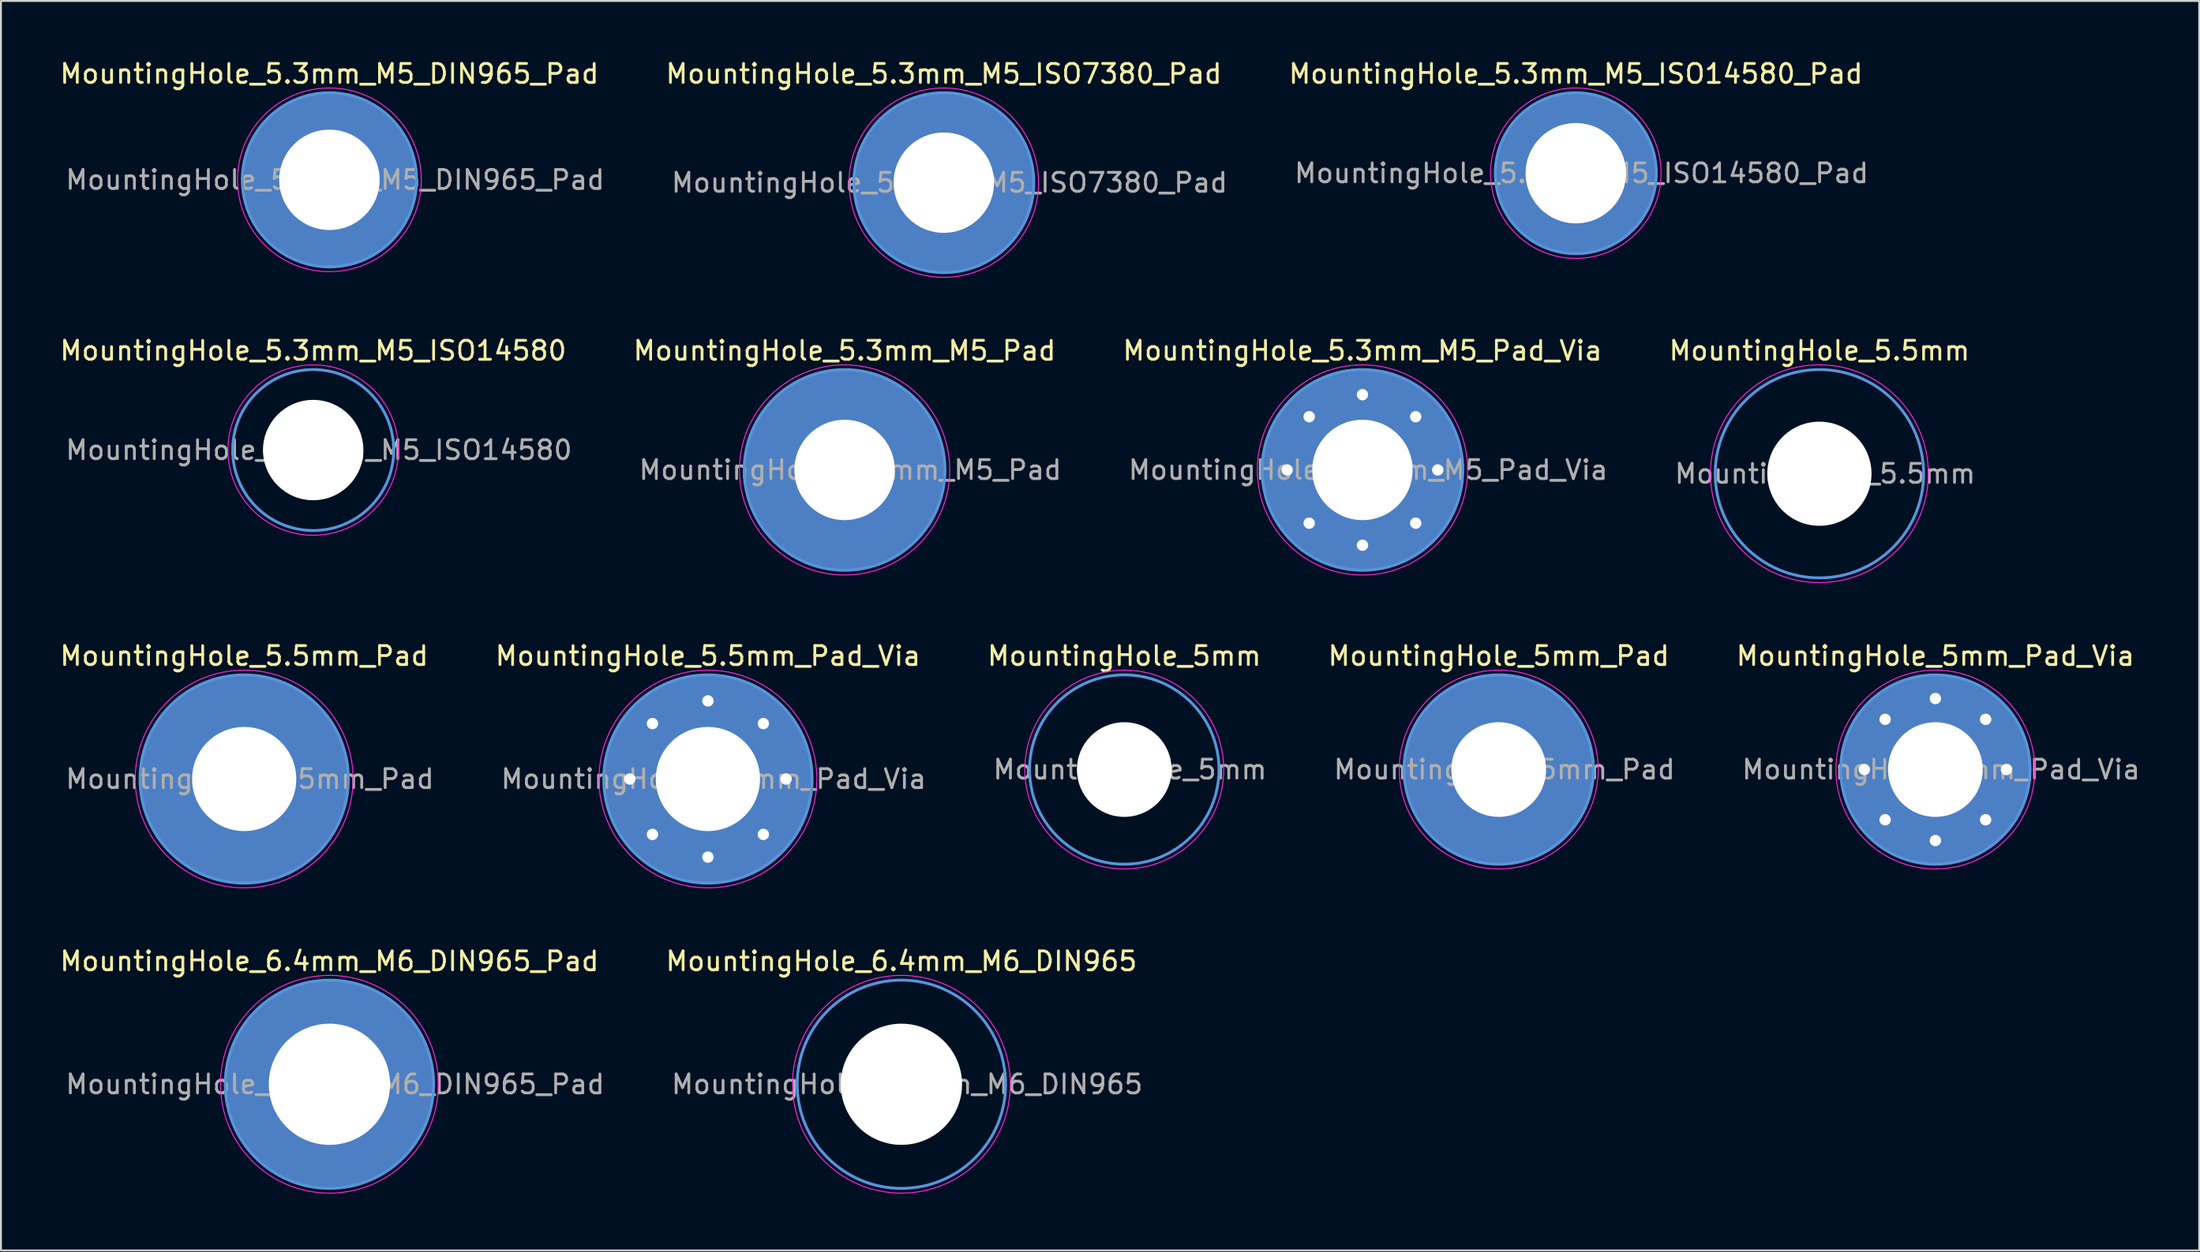
<source format=kicad_pcb>
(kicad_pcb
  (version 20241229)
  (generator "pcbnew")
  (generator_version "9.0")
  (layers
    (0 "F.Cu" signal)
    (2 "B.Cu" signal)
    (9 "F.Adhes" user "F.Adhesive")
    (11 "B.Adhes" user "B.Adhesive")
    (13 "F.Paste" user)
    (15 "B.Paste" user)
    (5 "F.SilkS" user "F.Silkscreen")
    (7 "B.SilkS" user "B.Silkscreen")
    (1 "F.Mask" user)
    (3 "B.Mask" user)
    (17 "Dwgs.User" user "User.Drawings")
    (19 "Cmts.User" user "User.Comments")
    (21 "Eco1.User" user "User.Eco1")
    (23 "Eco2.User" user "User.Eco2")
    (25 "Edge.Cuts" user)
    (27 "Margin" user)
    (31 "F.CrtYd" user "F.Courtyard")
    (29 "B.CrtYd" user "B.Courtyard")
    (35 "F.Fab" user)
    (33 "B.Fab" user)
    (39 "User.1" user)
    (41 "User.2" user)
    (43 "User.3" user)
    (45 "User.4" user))
  (footprint "MountingHole_5.5mm_Pad_Via"
    (layer "F.Cu")
    (at 34.318 38.095)
    (property "Reference" "MountingHole_5.5mm_Pad_Via" (at 0 -6.5 0) (layer "F.SilkS") (effects (font (size 1 1) (thickness 0.15))))
    (attr exclude_from_pos_files exclude_from_bom)
    (fp_circle (center 0 0) (end 5.5 0) (stroke (width 0.15) (type solid)) (fill no) (layer "Cmts.User"))
    (fp_circle (center 0 0) (end 5.75 0) (stroke (width 0.05) (type solid)) (fill no) (layer "F.CrtYd"))
    (fp_text user "${REFERENCE}" (at 0.3 0 0) (layer "F.Fab") (effects (font (size 1 1) (thickness 0.15))))
    (pad "1" thru_hole circle (at -4.125 0) (size 0.9 0.9) (drill 0.6) (layers "*.Cu" "*.Mask"))
    (pad "1" thru_hole circle (at -2.927 -2.927) (size 0.9 0.9) (drill 0.6) (layers "*.Cu" "*.Mask"))
    (pad "1" thru_hole circle (at -2.927 2.927) (size 0.9 0.9) (drill 0.6) (layers "*.Cu" "*.Mask"))
    (pad "1" thru_hole circle (at 0 -4.125) (size 0.9 0.9) (drill 0.6) (layers "*.Cu" "*.Mask"))
    (pad "1" thru_hole circle (at 0 0) (size 11 11) (drill 5.5) (layers "*.Cu" "*.Mask"))
    (pad "1" thru_hole circle (at 0 4.125) (size 0.9 0.9) (drill 0.6) (layers "*.Cu" "*.Mask"))
    (pad "1" thru_hole circle (at 2.927 -2.927) (size 0.9 0.9) (drill 0.6) (layers "*.Cu" "*.Mask"))
    (pad "1" thru_hole circle (at 2.927 2.927) (size 0.9 0.9) (drill 0.6) (layers "*.Cu" "*.Mask"))
    (pad "1" thru_hole circle (at 4.125 0) (size 0.9 0.9) (drill 0.6) (layers "*.Cu" "*.Mask")))
  (footprint "MountingHole_5.3mm_M5_ISO14580"
    (layer "F.Cu")
    (at 13.482 20.721)
    (property "Reference" "MountingHole_5.3mm_M5_ISO14580" (at 0 -5.25 0) (layer "F.SilkS") (effects (font (size 1 1) (thickness 0.15))))
    (attr exclude_from_pos_files exclude_from_bom)
    (fp_circle (center 0 0) (end 4.25 0) (stroke (width 0.15) (type solid)) (fill no) (layer "Cmts.User"))
    (fp_circle (center 0 0) (end 4.5 0) (stroke (width 0.05) (type solid)) (fill no) (layer "F.CrtYd"))
    (fp_text user "${REFERENCE}" (at 0.3 0 0) (layer "F.Fab") (effects (font (size 1 1) (thickness 0.15))))
    (pad "" np_thru_hole circle (at 0 0) (size 5.3 5.3) (drill 5.3) (layers "*.Cu" "*.Mask")))
  (footprint "MountingHole_5.3mm_M5_Pad_Via"
    (layer "F.Cu")
    (at 68.868 21.771)
    (property "Reference" "MountingHole_5.3mm_M5_Pad_Via" (at 0 -6.3 0) (layer "F.SilkS") (effects (font (size 1 1) (thickness 0.15))))
    (attr exclude_from_pos_files exclude_from_bom)
    (fp_circle (center 0 0) (end 5.3 0) (stroke (width 0.15) (type solid)) (fill no) (layer "Cmts.User"))
    (fp_circle (center 0 0) (end 5.55 0) (stroke (width 0.05) (type solid)) (fill no) (layer "F.CrtYd"))
    (fp_text user "${REFERENCE}" (at 0.3 0 0) (layer "F.Fab") (effects (font (size 1 1) (thickness 0.15))))
    (pad "1" thru_hole circle (at -3.975 0) (size 0.9 0.9) (drill 0.6) (layers "*.Cu" "*.Mask"))
    (pad "1" thru_hole circle (at -2.811 -2.811) (size 0.9 0.9) (drill 0.6) (layers "*.Cu" "*.Mask"))
    (pad "1" thru_hole circle (at -2.811 2.811) (size 0.9 0.9) (drill 0.6) (layers "*.Cu" "*.Mask"))
    (pad "1" thru_hole circle (at 0 -3.975) (size 0.9 0.9) (drill 0.6) (layers "*.Cu" "*.Mask"))
    (pad "1" thru_hole circle (at 0 0) (size 10.6 10.6) (drill 5.3) (layers "*.Cu" "*.Mask"))
    (pad "1" thru_hole circle (at 0 3.975) (size 0.9 0.9) (drill 0.6) (layers "*.Cu" "*.Mask"))
    (pad "1" thru_hole circle (at 2.811 -2.811) (size 0.9 0.9) (drill 0.6) (layers "*.Cu" "*.Mask"))
    (pad "1" thru_hole circle (at 2.811 2.811) (size 0.9 0.9) (drill 0.6) (layers "*.Cu" "*.Mask"))
    (pad "1" thru_hole circle (at 3.975 0) (size 0.9 0.9) (drill 0.6) (layers "*.Cu" "*.Mask")))
  (footprint "MountingHole_5.3mm_M5_DIN965_Pad"
    (layer "F.Cu")
    (at 14.339 6.448)
    (property "Reference" "MountingHole_5.3mm_M5_DIN965_Pad" (at 0 -5.6 0) (layer "F.SilkS") (effects (font (size 1 1) (thickness 0.15))))
    (attr exclude_from_pos_files exclude_from_bom)
    (fp_circle (center 0 0) (end 4.6 0) (stroke (width 0.15) (type solid)) (fill no) (layer "Cmts.User"))
    (fp_circle (center 0 0) (end 4.85 0) (stroke (width 0.05) (type solid)) (fill no) (layer "F.CrtYd"))
    (fp_text user "${REFERENCE}" (at 0.3 0 0) (layer "F.Fab") (effects (font (size 1 1) (thickness 0.15))))
    (pad "1" thru_hole circle (at 0 0) (size 9.2 9.2) (drill 5.3) (layers "*.Cu" "*.Mask")))
  (footprint "MountingHole_5mm_Pad_Via"
    (layer "F.Cu")
    (at 99.111 37.595)
    (property "Reference" "MountingHole_5mm_Pad_Via" (at 0 -6 0) (layer "F.SilkS") (effects (font (size 1 1) (thickness 0.15))))
    (attr exclude_from_pos_files exclude_from_bom)
    (fp_circle (center 0 0) (end 5 0) (stroke (width 0.15) (type solid)) (fill no) (layer "Cmts.User"))
    (fp_circle (center 0 0) (end 5.25 0) (stroke (width 0.05) (type solid)) (fill no) (layer "F.CrtYd"))
    (fp_text user "${REFERENCE}" (at 0.3 0 0) (layer "F.Fab") (effects (font (size 1 1) (thickness 0.15))))
    (pad "1" thru_hole circle (at -3.75 0) (size 0.9 0.9) (drill 0.6) (layers "*.Cu" "*.Mask"))
    (pad "1" thru_hole circle (at -2.652 -2.652) (size 0.9 0.9) (drill 0.6) (layers "*.Cu" "*.Mask"))
    (pad "1" thru_hole circle (at -2.652 2.652) (size 0.9 0.9) (drill 0.6) (layers "*.Cu" "*.Mask"))
    (pad "1" thru_hole circle (at 0 -3.75) (size 0.9 0.9) (drill 0.6) (layers "*.Cu" "*.Mask"))
    (pad "1" thru_hole circle (at 0 0) (size 10 10) (drill 5) (layers "*.Cu" "*.Mask"))
    (pad "1" thru_hole circle (at 0 3.75) (size 0.9 0.9) (drill 0.6) (layers "*.Cu" "*.Mask"))
    (pad "1" thru_hole circle (at 2.652 -2.652) (size 0.9 0.9) (drill 0.6) (layers "*.Cu" "*.Mask"))
    (pad "1" thru_hole circle (at 2.652 2.652) (size 0.9 0.9) (drill 0.6) (layers "*.Cu" "*.Mask"))
    (pad "1" thru_hole circle (at 3.75 0) (size 0.9 0.9) (drill 0.6) (layers "*.Cu" "*.Mask")))
  (footprint "MountingHole_5mm_Pad"
    (layer "F.Cu")
    (at 76.061 37.595)
    (property "Reference" "MountingHole_5mm_Pad" (at 0 -6 0) (layer "F.SilkS") (effects (font (size 1 1) (thickness 0.15))))
    (attr exclude_from_pos_files exclude_from_bom)
    (fp_circle (center 0 0) (end 5 0) (stroke (width 0.15) (type solid)) (fill no) (layer "Cmts.User"))
    (fp_circle (center 0 0) (end 5.25 0) (stroke (width 0.05) (type solid)) (fill no) (layer "F.CrtYd"))
    (fp_text user "${REFERENCE}" (at 0.3 0 0) (layer "F.Fab") (effects (font (size 1 1) (thickness 0.15))))
    (pad "1" thru_hole circle (at 0 0) (size 10 10) (drill 5) (layers "*.Cu" "*.Mask")))
  (footprint "MountingHole_5.5mm"
    (layer "F.Cu")
    (at 92.989 21.971)
    (property "Reference" "MountingHole_5.5mm" (at 0 -6.5 0) (layer "F.SilkS") (effects (font (size 1 1) (thickness 0.15))))
    (attr exclude_from_pos_files exclude_from_bom)
    (fp_circle (center 0 0) (end 5.5 0) (stroke (width 0.15) (type solid)) (fill no) (layer "Cmts.User"))
    (fp_circle (center 0 0) (end 5.75 0) (stroke (width 0.05) (type solid)) (fill no) (layer "F.CrtYd"))
    (fp_text user "${REFERENCE}" (at 0.3 0 0) (layer "F.Fab") (effects (font (size 1 1) (thickness 0.15))))
    (pad "" np_thru_hole circle (at 0 0) (size 5.5 5.5) (drill 5.5) (layers "*.Cu" "*.Mask")))
  (footprint "MountingHole_5.3mm_M5_ISO7380_Pad"
    (layer "F.Cu")
    (at 46.77 6.598)
    (property "Reference" "MountingHole_5.3mm_M5_ISO7380_Pad" (at 0 -5.75 0) (layer "F.SilkS") (effects (font (size 1 1) (thickness 0.15))))
    (attr exclude_from_pos_files exclude_from_bom)
    (fp_circle (center 0 0) (end 4.75 0) (stroke (width 0.15) (type solid)) (fill no) (layer "Cmts.User"))
    (fp_circle (center 0 0) (end 5 0) (stroke (width 0.05) (type solid)) (fill no) (layer "F.CrtYd"))
    (fp_text user "${REFERENCE}" (at 0.3 0 0) (layer "F.Fab") (effects (font (size 1 1) (thickness 0.15))))
    (pad "1" thru_hole circle (at 0 0) (size 9.5 9.5) (drill 5.3) (layers "*.Cu" "*.Mask")))
  (footprint "MountingHole_5.3mm_M5_ISO14580_Pad"
    (layer "F.Cu")
    (at 80.13 6.098)
    (property "Reference" "MountingHole_5.3mm_M5_ISO14580_Pad" (at 0 -5.25 0) (layer "F.SilkS") (effects (font (size 1 1) (thickness 0.15))))
    (attr exclude_from_pos_files exclude_from_bom)
    (fp_circle (center 0 0) (end 4.25 0) (stroke (width 0.15) (type solid)) (fill no) (layer "Cmts.User"))
    (fp_circle (center 0 0) (end 4.5 0) (stroke (width 0.05) (type solid)) (fill no) (layer "F.CrtYd"))
    (fp_text user "${REFERENCE}" (at 0.3 0 0) (layer "F.Fab") (effects (font (size 1 1) (thickness 0.15))))
    (pad "1" thru_hole circle (at 0 0) (size 8.5 8.5) (drill 5.3) (layers "*.Cu" "*.Mask")))
  (footprint "MountingHole_5.5mm_Pad"
    (layer "F.Cu")
    (at 9.839 38.095)
    (property "Reference" "MountingHole_5.5mm_Pad" (at 0 -6.5 0) (layer "F.SilkS") (effects (font (size 1 1) (thickness 0.15))))
    (attr exclude_from_pos_files exclude_from_bom)
    (fp_circle (center 0 0) (end 5.5 0) (stroke (width 0.15) (type solid)) (fill no) (layer "Cmts.User"))
    (fp_circle (center 0 0) (end 5.75 0) (stroke (width 0.05) (type solid)) (fill no) (layer "F.CrtYd"))
    (fp_text user "${REFERENCE}" (at 0.3 0 0) (layer "F.Fab") (effects (font (size 1 1) (thickness 0.15))))
    (pad "1" thru_hole circle (at 0 0) (size 11 11) (drill 5.5) (layers "*.Cu" "*.Mask")))
  (footprint "MountingHole_5mm"
    (layer "F.Cu")
    (at 56.296 37.595)
    (property "Reference" "MountingHole_5mm" (at 0 -6 0) (layer "F.SilkS") (effects (font (size 1 1) (thickness 0.15))))
    (attr exclude_from_pos_files exclude_from_bom)
    (fp_circle (center 0 0) (end 5 0) (stroke (width 0.15) (type solid)) (fill no) (layer "Cmts.User"))
    (fp_circle (center 0 0) (end 5.25 0) (stroke (width 0.05) (type solid)) (fill no) (layer "F.CrtYd"))
    (fp_text user "${REFERENCE}" (at 0.3 0 0) (layer "F.Fab") (effects (font (size 1 1) (thickness 0.15))))
    (pad "" np_thru_hole circle (at 0 0) (size 5 5) (drill 5) (layers "*.Cu" "*.Mask")))
  (footprint "MountingHole_6.4mm_M6_DIN965_Pad"
    (layer "F.Cu")
    (at 14.339 54.218)
    (property "Reference" "MountingHole_6.4mm_M6_DIN965_Pad" (at 0 -6.5 0) (layer "F.SilkS") (effects (font (size 1 1) (thickness 0.15))))
    (attr exclude_from_pos_files exclude_from_bom)
    (fp_circle (center 0 0) (end 5.5 0) (stroke (width 0.15) (type solid)) (fill no) (layer "Cmts.User"))
    (fp_circle (center 0 0) (end 5.75 0) (stroke (width 0.05) (type solid)) (fill no) (layer "F.CrtYd"))
    (fp_text user "${REFERENCE}" (at 0.3 0 0) (layer "F.Fab") (effects (font (size 1 1) (thickness 0.15))))
    (pad "1" thru_hole circle (at 0 0) (size 11 11) (drill 6.4) (layers "*.Cu" "*.Mask")))
  (footprint "MountingHole_6.4mm_M6_DIN965"
    (layer "F.Cu")
    (at 44.532 54.218)
    (property "Reference" "MountingHole_6.4mm_M6_DIN965" (at 0 -6.5 0) (layer "F.SilkS") (effects (font (size 1 1) (thickness 0.15))))
    (attr exclude_from_pos_files exclude_from_bom)
    (fp_circle (center 0 0) (end 5.5 0) (stroke (width 0.15) (type solid)) (fill no) (layer "Cmts.User"))
    (fp_circle (center 0 0) (end 5.75 0) (stroke (width 0.05) (type solid)) (fill no) (layer "F.CrtYd"))
    (fp_text user "${REFERENCE}" (at 0.3 0 0) (layer "F.Fab") (effects (font (size 1 1) (thickness 0.15))))
    (pad "" np_thru_hole circle (at 0 0) (size 6.4 6.4) (drill 6.4) (layers "*.Cu" "*.Mask")))
  (footprint "MountingHole_5.3mm_M5_Pad"
    (layer "F.Cu")
    (at 41.532 21.771)
    (property "Reference" "MountingHole_5.3mm_M5_Pad" (at 0 -6.3 0) (layer "F.SilkS") (effects (font (size 1 1) (thickness 0.15))))
    (attr exclude_from_pos_files exclude_from_bom)
    (fp_circle (center 0 0) (end 5.3 0) (stroke (width 0.15) (type solid)) (fill no) (layer "Cmts.User"))
    (fp_circle (center 0 0) (end 5.55 0) (stroke (width 0.05) (type solid)) (fill no) (layer "F.CrtYd"))
    (fp_text user "${REFERENCE}" (at 0.3 0 0) (layer "F.Fab") (effects (font (size 1 1) (thickness 0.15))))
    (pad "1" thru_hole circle (at 0 0) (size 10.6 10.6) (drill 5.3) (layers "*.Cu" "*.Mask")))
  (gr_rect
    (start -3 -3)
    (end 113.036 62.993)
    (stroke (width 0.1) (type default))
    (fill no)
    (layer "Edge.Cuts")))
</source>
